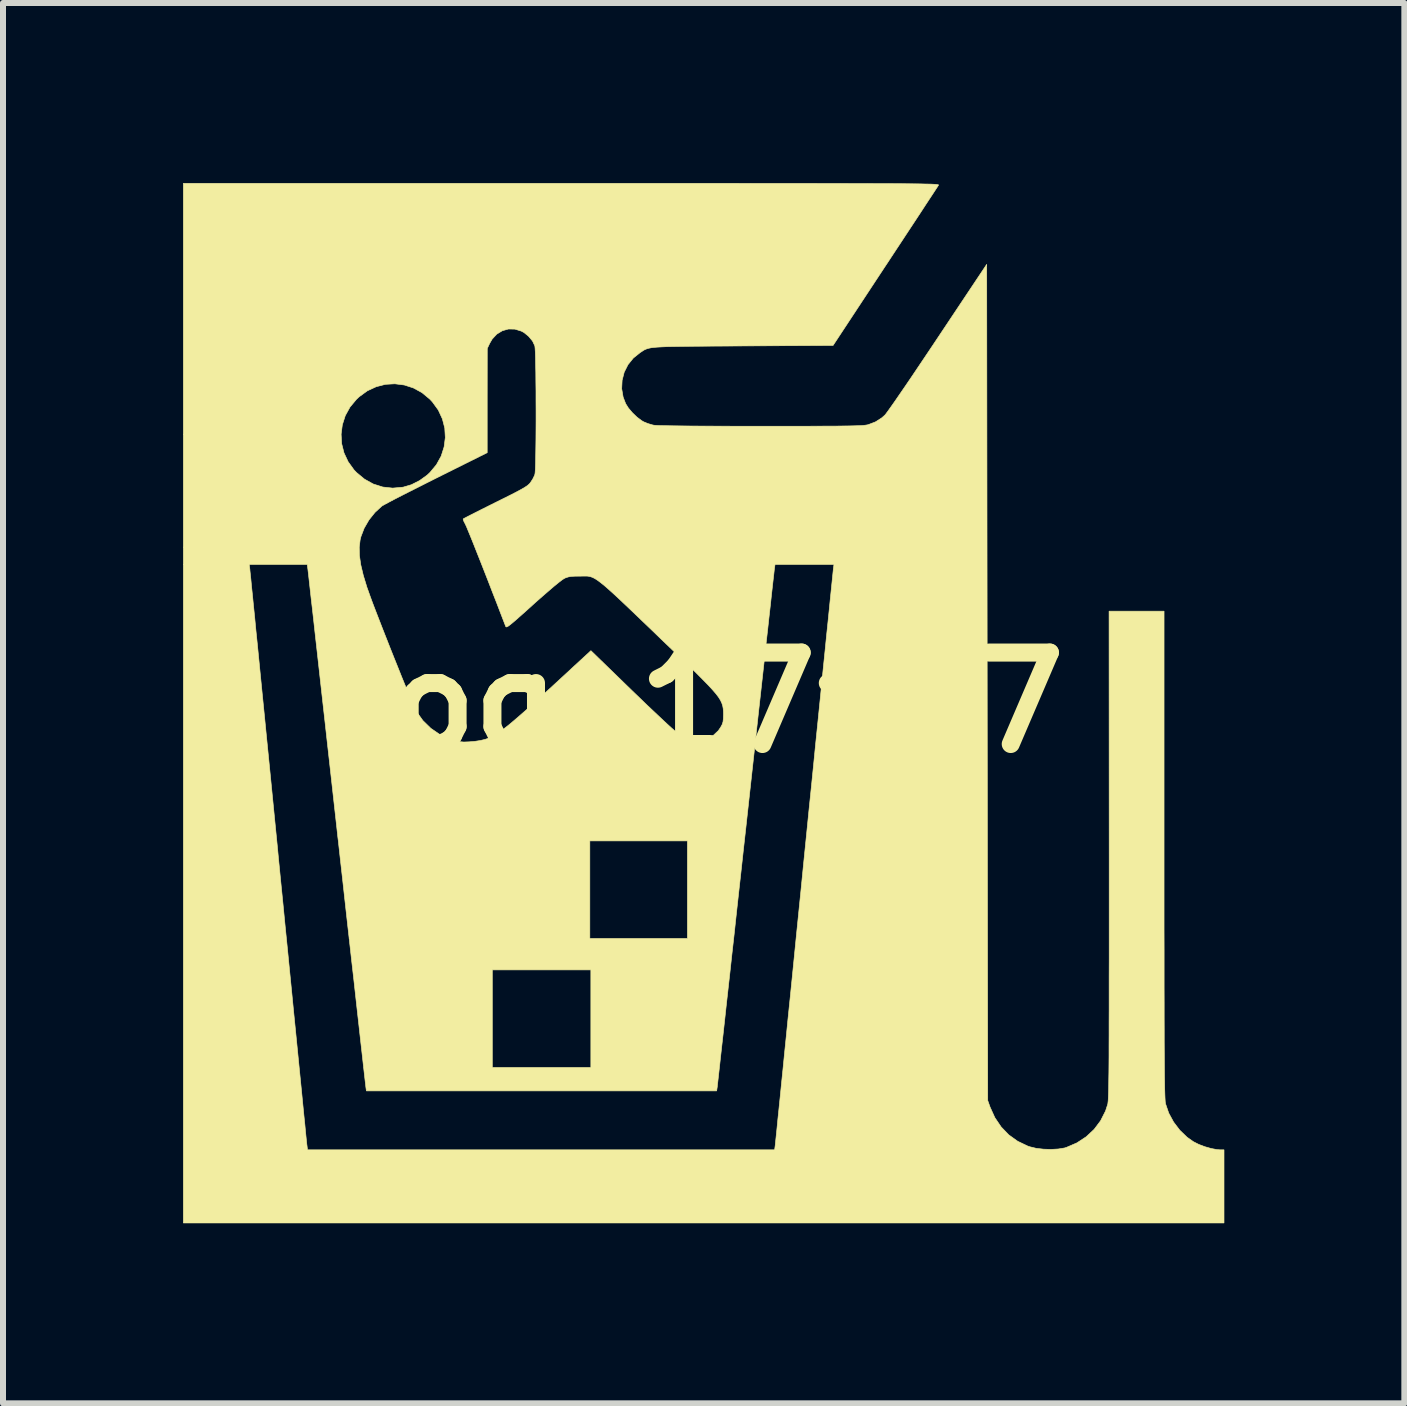
<source format=kicad_pcb>
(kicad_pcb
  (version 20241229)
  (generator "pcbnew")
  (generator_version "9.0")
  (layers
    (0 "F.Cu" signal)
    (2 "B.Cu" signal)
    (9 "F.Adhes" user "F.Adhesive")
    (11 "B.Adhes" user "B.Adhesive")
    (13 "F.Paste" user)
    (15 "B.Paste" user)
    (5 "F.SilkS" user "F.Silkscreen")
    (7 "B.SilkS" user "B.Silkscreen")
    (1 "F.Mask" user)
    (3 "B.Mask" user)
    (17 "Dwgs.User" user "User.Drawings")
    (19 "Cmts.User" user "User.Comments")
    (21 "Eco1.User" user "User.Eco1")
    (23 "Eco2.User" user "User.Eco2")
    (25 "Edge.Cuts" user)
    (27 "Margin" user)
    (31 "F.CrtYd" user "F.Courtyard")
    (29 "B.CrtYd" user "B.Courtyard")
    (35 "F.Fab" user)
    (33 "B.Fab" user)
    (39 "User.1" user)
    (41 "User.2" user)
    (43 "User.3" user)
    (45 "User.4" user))
  (footprint "logo17x17"
    (layer "F.Cu")
    (at 8.675 8.658)
    (property "Reference" "logo17x17" (at 0 0 0) (layer "F.SilkS") (effects (font (size 1.524 1.524) (thickness 0.3))))
    (attr through_hole)
    (fp_poly (pts (xy -1.82 -8.653) (xy -1.304 -8.653) (xy -0.819 -8.653) (xy -0.365 -8.653) (xy 0.06 -8.653) (xy 0.455 -8.653) (xy 0.823 -8.652) (xy 1.163 -8.652) (xy 1.478 -8.652) (xy 1.768 -8.652) (xy 2.035 -8.651) (xy 2.278 -8.651) (xy 2.5 -8.65) (xy 2.701 -8.65) (xy 2.882 -8.649) (xy 3.045 -8.649) (xy 3.189 -8.648) (xy 3.317 -8.647) (xy 3.429 -8.646) (xy 3.527 -8.645) (xy 3.611 -8.644) (xy 3.682 -8.642) (xy 3.741 -8.641) (xy 3.789 -8.64) (xy 3.828 -8.638) (xy 3.858 -8.636) (xy 3.881 -8.634) (xy 3.896 -8.632) (xy 3.907 -8.63) (xy 3.912 -8.628) (xy 3.914 -8.625) (xy 3.913 -8.623) (xy 3.902 -8.605) (xy 3.873 -8.561) (xy 3.828 -8.492) (xy 3.768 -8.401) (xy 3.695 -8.29) (xy 3.611 -8.161) (xy 3.515 -8.015) (xy 3.41 -7.856) (xy 3.297 -7.684) (xy 3.177 -7.502) (xy 3.052 -7.312) (xy 3.026 -7.273) (xy 2.156 -5.952) (xy 0.651 -5.944) (xy 0.387 -5.942) (xy 0.155 -5.941) (xy -0.048 -5.939) (xy -0.223 -5.938) (xy -0.374 -5.936) (xy -0.501 -5.934) (xy -0.609 -5.932) (xy -0.698 -5.928) (xy -0.771 -5.924) (xy -0.83 -5.919) (xy -0.877 -5.913) (xy -0.915 -5.905) (xy -0.946 -5.896) (xy -0.972 -5.886) (xy -0.996 -5.874) (xy -1.019 -5.859) (xy -1.043 -5.843) (xy -1.059 -5.833) (xy -1.172 -5.742) (xy -1.261 -5.632) (xy -1.324 -5.507) (xy -1.359 -5.371) (xy -1.366 -5.231) (xy -1.342 -5.091) (xy -1.3 -4.982) (xy -1.254 -4.909) (xy -1.188 -4.831) (xy -1.112 -4.758) (xy -1.035 -4.7) (xy -0.997 -4.678) (xy -0.931 -4.651) (xy -0.857 -4.629) (xy -0.83 -4.623) (xy -0.797 -4.62) (xy -0.731 -4.617) (xy -0.634 -4.615) (xy -0.507 -4.613) (xy -0.35 -4.611) (xy -0.166 -4.609) (xy 0.046 -4.608) (xy 0.283 -4.607) (xy 0.545 -4.606) (xy 0.831 -4.606) (xy 0.956 -4.606) (xy 1.237 -4.606) (xy 1.485 -4.606) (xy 1.704 -4.606) (xy 1.895 -4.607) (xy 2.061 -4.608) (xy 2.202 -4.608) (xy 2.322 -4.61) (xy 2.422 -4.611) (xy 2.505 -4.613) (xy 2.572 -4.615) (xy 2.625 -4.617) (xy 2.666 -4.62) (xy 2.698 -4.624) (xy 2.723 -4.628) (xy 2.742 -4.632) (xy 2.744 -4.633) (xy 2.864 -4.679) (xy 2.967 -4.745) (xy 3.018 -4.79) (xy 3.037 -4.813) (xy 3.073 -4.862) (xy 3.125 -4.935) (xy 3.191 -5.029) (xy 3.27 -5.144) (xy 3.36 -5.275) (xy 3.46 -5.422) (xy 3.568 -5.583) (xy 3.683 -5.754) (xy 3.803 -5.933) (xy 3.899 -6.077) (xy 4.716 -7.303) (xy 4.724 -0.337) (xy 4.733 6.629) (xy 4.772 6.739) (xy 4.852 6.915) (xy 4.957 7.07) (xy 5.084 7.202) (xy 5.232 7.308) (xy 5.399 7.388) (xy 5.438 7.401) (xy 5.541 7.426) (xy 5.662 7.44) (xy 5.788 7.444) (xy 5.909 7.437) (xy 6.013 7.42) (xy 6.045 7.41) (xy 6.219 7.335) (xy 6.373 7.234) (xy 6.506 7.11) (xy 6.614 6.966) (xy 6.696 6.804) (xy 6.732 6.693) (xy 6.735 6.679) (xy 6.737 6.66) (xy 6.74 6.635) (xy 6.742 6.601) (xy 6.744 6.558) (xy 6.746 6.504) (xy 6.748 6.438) (xy 6.749 6.36) (xy 6.75 6.266) (xy 6.752 6.158) (xy 6.753 6.032) (xy 6.754 5.888) (xy 6.754 5.725) (xy 6.755 5.541) (xy 6.755 5.335) (xy 6.756 5.106) (xy 6.756 4.853) (xy 6.756 4.573) (xy 6.757 4.267) (xy 6.757 3.933) (xy 6.757 3.569) (xy 6.757 3.174) (xy 6.757 2.747) (xy 6.757 2.536) (xy 6.755 -1.524) (xy 7.671 -1.524) (xy 7.671 2.527) (xy 7.671 2.971) (xy 7.671 3.382) (xy 7.671 3.761) (xy 7.672 4.111) (xy 7.672 4.431) (xy 7.672 4.724) (xy 7.673 4.991) (xy 7.673 5.232) (xy 7.674 5.45) (xy 7.674 5.644) (xy 7.675 5.818) (xy 7.676 5.971) (xy 7.677 6.106) (xy 7.678 6.223) (xy 7.68 6.323) (xy 7.681 6.408) (xy 7.683 6.48) (xy 7.685 6.538) (xy 7.687 6.586) (xy 7.689 6.623) (xy 7.691 6.651) (xy 7.694 6.672) (xy 7.696 6.684) (xy 7.749 6.839) (xy 7.83 6.988) (xy 7.934 7.125) (xy 8.056 7.242) (xy 8.161 7.316) (xy 8.248 7.36) (xy 8.351 7.399) (xy 8.457 7.429) (xy 8.553 7.447) (xy 8.605 7.451) (xy 8.67 7.451) (xy 8.67 8.67) (xy -8.67 8.67) (xy -8.67 -2.303) (xy -7.572 -2.303) (xy -7.562 -2.223) (xy -7.56 -2.199) (xy -7.554 -2.143) (xy -7.545 -2.057) (xy -7.534 -1.94) (xy -7.519 -1.796) (xy -7.502 -1.624) (xy -7.482 -1.428) (xy -7.461 -1.207) (xy -7.436 -0.964) (xy -7.41 -0.699) (xy -7.382 -0.414) (xy -7.352 -0.111) (xy -7.32 0.209) (xy -7.287 0.545) (xy -7.252 0.896) (xy -7.216 1.259) (xy -7.179 1.634) (xy -7.141 2.02) (xy -7.102 2.414) (xy -7.087 2.574) (xy -7.048 2.971) (xy -7.009 3.36) (xy -6.972 3.74) (xy -6.935 4.108) (xy -6.9 4.464) (xy -6.866 4.806) (xy -6.834 5.133) (xy -6.803 5.443) (xy -6.774 5.735) (xy -6.747 6.008) (xy -6.722 6.26) (xy -6.699 6.49) (xy -6.679 6.696) (xy -6.661 6.878) (xy -6.645 7.033) (xy -6.633 7.161) (xy -6.623 7.26) (xy -6.616 7.328) (xy -6.612 7.365) (xy -6.611 7.37) (xy -6.601 7.451) (xy 1.182 7.451) (xy 1.193 7.37) (xy 1.195 7.347) (xy 1.201 7.291) (xy 1.21 7.204) (xy 1.222 7.088) (xy 1.236 6.944) (xy 1.254 6.772) (xy 1.274 6.576) (xy 1.296 6.355) (xy 1.321 6.111) (xy 1.347 5.847) (xy 1.376 5.562) (xy 1.406 5.259) (xy 1.439 4.939) (xy 1.473 4.603) (xy 1.508 4.252) (xy 1.544 3.889) (xy 1.582 3.514) (xy 1.621 3.129) (xy 1.66 2.734) (xy 1.676 2.574) (xy 1.716 2.177) (xy 1.755 1.787) (xy 1.794 1.408) (xy 1.831 1.04) (xy 1.866 0.684) (xy 1.901 0.342) (xy 1.934 0.015) (xy 1.965 -0.295) (xy 1.994 -0.587) (xy 2.022 -0.86) (xy 2.047 -1.112) (xy 2.071 -1.342) (xy 2.092 -1.549) (xy 2.11 -1.73) (xy 2.126 -1.886) (xy 2.139 -2.013) (xy 2.149 -2.112) (xy 2.156 -2.18) (xy 2.16 -2.217) (xy 2.16 -2.223) (xy 2.171 -2.303) (xy 1.189 -2.303) (xy 1.179 -2.231) (xy 1.176 -2.208) (xy 1.17 -2.153) (xy 1.16 -2.067) (xy 1.147 -1.951) (xy 1.131 -1.808) (xy 1.113 -1.639) (xy 1.091 -1.444) (xy 1.067 -1.226) (xy 1.04 -0.986) (xy 1.012 -0.725) (xy 0.981 -0.445) (xy 0.948 -0.148) (xy 0.913 0.166) (xy 0.877 0.494) (xy 0.84 0.836) (xy 0.801 1.19) (xy 0.761 1.554) (xy 0.72 1.928) (xy 0.703 2.083) (xy 0.661 2.459) (xy 0.621 2.827) (xy 0.581 3.186) (xy 0.543 3.533) (xy 0.507 3.867) (xy 0.471 4.187) (xy 0.438 4.491) (xy 0.406 4.778) (xy 0.376 5.047) (xy 0.349 5.296) (xy 0.324 5.523) (xy 0.301 5.727) (xy 0.281 5.907) (xy 0.264 6.062) (xy 0.25 6.188) (xy 0.239 6.287) (xy 0.231 6.355) (xy 0.227 6.391) (xy 0.227 6.397) (xy 0.216 6.469) (xy -5.62 6.469) (xy -5.63 6.397) (xy -5.632 6.374) (xy -5.639 6.318) (xy -5.649 6.232) (xy -5.662 6.117) (xy -5.678 5.974) (xy -5.697 5.804) (xy -5.719 5.61) (xy -5.743 5.392) (xy -5.77 5.152) (xy -5.799 4.891) (xy -5.83 4.611) (xy -5.848 4.453) (xy -3.522 4.453) (xy -3.522 6.079) (xy -1.88 6.079) (xy -1.88 4.453) (xy -3.522 4.453) (xy -5.848 4.453) (xy -5.864 4.314) (xy -5.899 4) (xy -5.936 3.672) (xy -5.974 3.33) (xy -6.013 2.976) (xy -6.054 2.612) (xy -6.088 2.303) (xy -1.897 2.303) (xy -1.897 3.929) (xy -0.271 3.929) (xy -0.271 2.303) (xy -1.897 2.303) (xy -6.088 2.303) (xy -6.096 2.239) (xy -6.113 2.083) (xy -6.155 1.706) (xy -6.196 1.338) (xy -6.236 0.98) (xy -6.275 0.633) (xy -6.312 0.299) (xy -6.348 -0.021) (xy -6.382 -0.325) (xy -6.414 -0.613) (xy -6.444 -0.881) (xy -6.472 -1.13) (xy -6.497 -1.357) (xy -6.52 -1.562) (xy -6.541 -1.742) (xy -6.558 -1.896) (xy -6.572 -2.023) (xy -6.583 -2.121) (xy -6.591 -2.189) (xy -6.595 -2.225) (xy -6.596 -2.231) (xy -6.606 -2.303) (xy -7.572 -2.303) (xy -8.67 -2.303) (xy -8.67 -2.591) (xy -5.739 -2.591) (xy -5.736 -2.453) (xy -5.714 -2.298) (xy -5.672 -2.122) (xy -5.611 -1.922) (xy -5.588 -1.858) (xy -5.556 -1.768) (xy -5.515 -1.657) (xy -5.466 -1.529) (xy -5.411 -1.387) (xy -5.352 -1.235) (xy -5.289 -1.075) (xy -5.225 -0.912) (xy -5.16 -0.749) (xy -5.096 -0.59) (xy -5.035 -0.437) (xy -4.977 -0.295) (xy -4.924 -0.166) (xy -4.877 -0.055) (xy -4.839 0.036) (xy -4.809 0.102) (xy -4.791 0.141) (xy -4.789 0.144) (xy -4.679 0.298) (xy -4.546 0.428) (xy -4.394 0.532) (xy -4.225 0.608) (xy -4.064 0.65) (xy -3.998 0.656) (xy -3.911 0.653) (xy -3.815 0.645) (xy -3.722 0.631) (xy -3.645 0.613) (xy -3.639 0.611) (xy -3.595 0.596) (xy -3.551 0.577) (xy -3.503 0.553) (xy -3.452 0.523) (xy -3.395 0.484) (xy -3.33 0.436) (xy -3.255 0.378) (xy -3.17 0.307) (xy -3.071 0.222) (xy -2.957 0.122) (xy -2.827 0.005) (xy -2.679 -0.129) (xy -2.511 -0.283) (xy -2.321 -0.458) (xy -2.197 -0.573) (xy -1.879 -0.866) (xy -1.193 -0.2) (xy -1.063 -0.075) (xy -0.939 0.045) (xy -0.821 0.156) (xy -0.714 0.257) (xy -0.619 0.346) (xy -0.539 0.419) (xy -0.476 0.474) (xy -0.434 0.51) (xy -0.419 0.521) (xy -0.293 0.585) (xy -0.169 0.618) (xy -0.05 0.623) (xy 0.061 0.599) (xy 0.16 0.546) (xy 0.244 0.467) (xy 0.283 0.41) (xy 0.308 0.364) (xy 0.322 0.321) (xy 0.328 0.269) (xy 0.33 0.195) (xy 0.33 0.195) (xy 0.329 0.143) (xy 0.325 0.096) (xy 0.317 0.052) (xy 0.302 0.007) (xy 0.28 -0.04) (xy 0.248 -0.091) (xy 0.204 -0.149) (xy 0.147 -0.215) (xy 0.075 -0.293) (xy -0.013 -0.383) (xy -0.119 -0.49) (xy -0.246 -0.613) (xy -0.395 -0.757) (xy -0.492 -0.851) (xy -0.699 -1.049) (xy -0.882 -1.226) (xy -1.045 -1.382) (xy -1.187 -1.518) (xy -1.312 -1.637) (xy -1.419 -1.738) (xy -1.512 -1.824) (xy -1.592 -1.896) (xy -1.66 -1.955) (xy -1.718 -2.001) (xy -1.767 -2.038) (xy -1.809 -2.065) (xy -1.847 -2.085) (xy -1.88 -2.097) (xy -1.912 -2.105) (xy -1.943 -2.109) (xy -1.975 -2.109) (xy -2.01 -2.109) (xy -2.049 -2.108) (xy -2.066 -2.108) (xy -2.151 -2.107) (xy -2.213 -2.103) (xy -2.259 -2.094) (xy -2.301 -2.08) (xy -2.324 -2.069) (xy -2.359 -2.046) (xy -2.415 -2.003) (xy -2.49 -1.942) (xy -2.581 -1.864) (xy -2.686 -1.773) (xy -2.802 -1.671) (xy -2.845 -1.632) (xy -2.962 -1.526) (xy -3.057 -1.442) (xy -3.131 -1.376) (xy -3.188 -1.328) (xy -3.23 -1.294) (xy -3.259 -1.273) (xy -3.279 -1.263) (xy -3.291 -1.262) (xy -3.298 -1.268) (xy -3.3 -1.274) (xy -3.374 -1.466) (xy -3.448 -1.659) (xy -3.522 -1.848) (xy -3.593 -2.032) (xy -3.662 -2.208) (xy -3.727 -2.373) (xy -3.787 -2.524) (xy -3.84 -2.658) (xy -3.886 -2.772) (xy -3.924 -2.864) (xy -3.952 -2.932) (xy -3.97 -2.971) (xy -3.973 -2.977) (xy -3.996 -3.021) (xy -4.007 -3.053) (xy -4.006 -3.062) (xy -3.989 -3.072) (xy -3.945 -3.095) (xy -3.877 -3.13) (xy -3.79 -3.174) (xy -3.687 -3.226) (xy -3.571 -3.284) (xy -3.467 -3.336) (xy -3.324 -3.407) (xy -3.208 -3.465) (xy -3.117 -3.512) (xy -3.046 -3.55) (xy -2.992 -3.581) (xy -2.953 -3.606) (xy -2.924 -3.628) (xy -2.902 -3.648) (xy -2.885 -3.669) (xy -2.884 -3.671) (xy -2.848 -3.726) (xy -2.82 -3.783) (xy -2.812 -3.806) (xy -2.808 -3.838) (xy -2.804 -3.899) (xy -2.801 -3.987) (xy -2.799 -4.098) (xy -2.797 -4.227) (xy -2.795 -4.372) (xy -2.794 -4.528) (xy -2.793 -4.692) (xy -2.793 -4.86) (xy -2.794 -5.028) (xy -2.794 -5.193) (xy -2.796 -5.351) (xy -2.797 -5.498) (xy -2.8 -5.631) (xy -2.802 -5.745) (xy -2.805 -5.838) (xy -2.809 -5.904) (xy -2.813 -5.942) (xy -2.814 -5.946) (xy -2.852 -6.026) (xy -2.916 -6.103) (xy -2.994 -6.167) (xy -3.039 -6.191) (xy -3.146 -6.224) (xy -3.253 -6.226) (xy -3.355 -6.197) (xy -3.447 -6.141) (xy -3.524 -6.058) (xy -3.566 -5.986) (xy -3.606 -5.901) (xy -3.607 -5.033) (xy -3.607 -4.165) (xy -4.458 -3.741) (xy -4.617 -3.661) (xy -4.769 -3.584) (xy -4.91 -3.513) (xy -5.038 -3.448) (xy -5.149 -3.391) (xy -5.24 -3.343) (xy -5.309 -3.306) (xy -5.352 -3.282) (xy -5.364 -3.274) (xy -5.477 -3.17) (xy -5.577 -3.045) (xy -5.657 -2.907) (xy -5.711 -2.766) (xy -5.724 -2.714) (xy -5.739 -2.591) (xy -8.67 -2.591) (xy -8.67 -4.473) (xy -6.041 -4.473) (xy -6.032 -4.315) (xy -5.993 -4.161) (xy -5.924 -4.014) (xy -5.826 -3.878) (xy -5.784 -3.834) (xy -5.651 -3.724) (xy -5.505 -3.643) (xy -5.347 -3.593) (xy -5.182 -3.575) (xy -5.013 -3.59) (xy -5.01 -3.59) (xy -4.871 -3.631) (xy -4.734 -3.7) (xy -4.608 -3.791) (xy -4.562 -3.834) (xy -4.453 -3.965) (xy -4.374 -4.108) (xy -4.325 -4.261) (xy -4.305 -4.417) (xy -4.314 -4.575) (xy -4.354 -4.729) (xy -4.422 -4.876) (xy -4.521 -5.012) (xy -4.562 -5.056) (xy -4.693 -5.165) (xy -4.837 -5.244) (xy -4.989 -5.293) (xy -5.146 -5.313) (xy -5.303 -5.304) (xy -5.457 -5.264) (xy -5.604 -5.196) (xy -5.74 -5.097) (xy -5.784 -5.056) (xy -5.893 -4.925) (xy -5.972 -4.782) (xy -6.021 -4.629) (xy -6.041 -4.473) (xy -8.67 -4.473) (xy -8.67 -8.653) (xy -2.37 -8.653) (xy -1.82 -8.653)) (stroke (width 0.01) (type solid)) (fill yes) (layer "F.SilkS")))
  (gr_rect
    (start -3 -3)
    (end 20.35 20.333)
    (stroke (width 0.1) (type default))
    (fill no)
    (layer "Edge.Cuts")))
</source>
